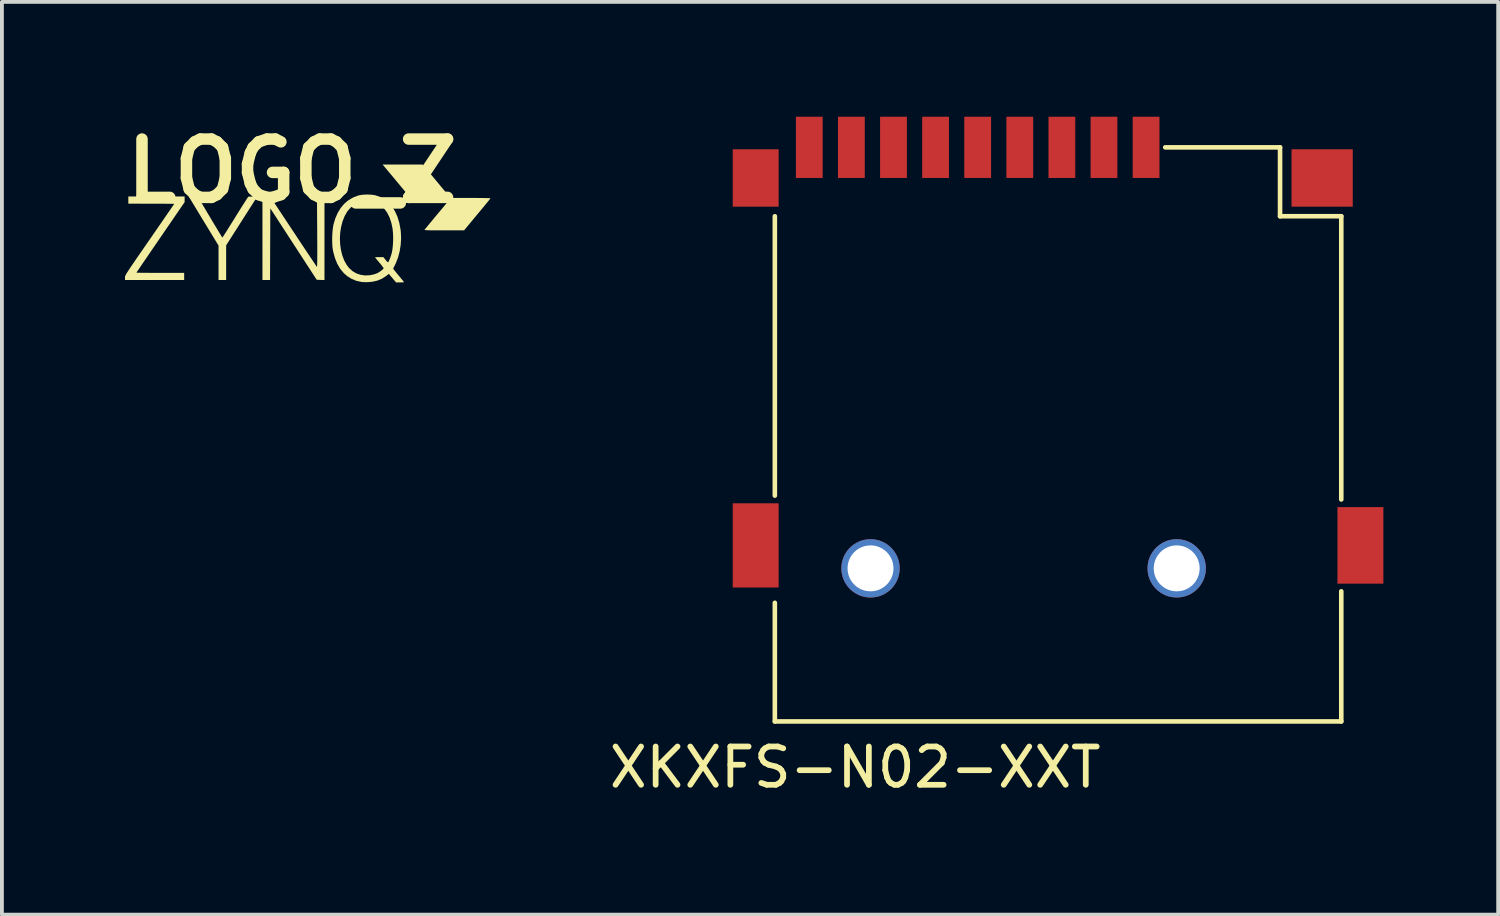
<source format=kicad_pcb>
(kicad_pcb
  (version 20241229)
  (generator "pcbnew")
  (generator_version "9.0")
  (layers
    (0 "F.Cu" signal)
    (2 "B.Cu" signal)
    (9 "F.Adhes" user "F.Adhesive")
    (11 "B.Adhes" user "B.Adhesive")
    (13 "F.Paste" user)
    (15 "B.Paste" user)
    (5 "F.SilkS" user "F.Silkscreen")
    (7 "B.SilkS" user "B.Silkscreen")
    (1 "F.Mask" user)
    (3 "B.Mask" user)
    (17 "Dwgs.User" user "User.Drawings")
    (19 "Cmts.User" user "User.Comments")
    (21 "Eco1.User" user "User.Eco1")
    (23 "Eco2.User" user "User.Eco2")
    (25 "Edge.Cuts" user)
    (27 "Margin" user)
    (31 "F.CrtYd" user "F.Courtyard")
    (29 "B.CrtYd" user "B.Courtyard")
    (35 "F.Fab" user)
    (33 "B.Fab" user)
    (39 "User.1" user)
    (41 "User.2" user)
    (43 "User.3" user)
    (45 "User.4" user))
  (footprint "XKXFS-N02-XXT"
    (layer "F.Cu")
    (at 16.895 11.4)
    (property "Reference" "XKXFS-N02-XXT" (at 2.4 5.6 0) (layer "F.SilkS") (effects (font (size 1 1) (thickness 0.15))))
    (attr through_hole)
    (fp_line (start 0.3 -8.8) (end 0.3 -1.5) (stroke (width 0.12) (type solid)) (layer "F.SilkS"))
    (fp_line (start 0.3 4.4) (end 0.3 1.3) (stroke (width 0.12) (type solid)) (layer "F.SilkS"))
    (fp_line (start 10.5 -10.6) (end 13.5 -10.6) (stroke (width 0.12) (type solid)) (layer "F.SilkS"))
    (fp_line (start 13.5 -10.6) (end 13.5 -8.8) (stroke (width 0.12) (type solid)) (layer "F.SilkS"))
    (fp_line (start 13.5 -8.8) (end 15.1 -8.8) (stroke (width 0.12) (type solid)) (layer "F.SilkS"))
    (fp_line (start 15.1 -8.8) (end 15.1 -1.4) (stroke (width 0.12) (type solid)) (layer "F.SilkS"))
    (fp_line (start 15.1 1) (end 15.1 4.4) (stroke (width 0.12) (type solid)) (layer "F.SilkS"))
    (fp_line (start 15.1 4.4) (end 0.3 4.4) (stroke (width 0.12) (type solid)) (layer "F.SilkS"))
    (pad "" np_thru_hole circle (at 2.8 0.4) (size 1.524 1.524) (drill 1.2) (layers "*.Cu" "*.Mask"))
    (pad "" np_thru_hole circle (at 10.8 0.4) (size 1.524 1.524) (drill 1.2) (layers "*.Cu" "*.Mask"))
    (pad "1" smd rect (at 10 -10.6) (size 0.7 1.6) (layers "F.Cu" "F.Mask" "F.Paste"))
    (pad "2" smd rect (at 8.9 -10.6) (size 0.7 1.6) (layers "F.Cu" "F.Mask" "F.Paste"))
    (pad "3" smd rect (at 7.8 -10.6) (size 0.7 1.6) (layers "F.Cu" "F.Mask" "F.Paste"))
    (pad "4" smd rect (at 6.7 -10.6) (size 0.7 1.6) (layers "F.Cu" "F.Mask" "F.Paste"))
    (pad "5" smd rect (at 5.6 -10.6) (size 0.7 1.6) (layers "F.Cu" "F.Mask" "F.Paste"))
    (pad "6" smd rect (at 4.5 -10.6) (size 0.7 1.6) (layers "F.Cu" "F.Mask" "F.Paste"))
    (pad "7" smd rect (at 3.4 -10.6) (size 0.7 1.6) (layers "F.Cu" "F.Mask" "F.Paste"))
    (pad "8" smd rect (at 2.3 -10.6) (size 0.7 1.6) (layers "F.Cu" "F.Mask" "F.Paste"))
    (pad "9" smd rect (at 1.2 -10.6) (size 0.7 1.6) (layers "F.Cu" "F.Mask" "F.Paste"))
    (pad "10" smd rect (at -0.2 -9.8) (size 1.2 1.5) (layers "F.Cu" "F.Mask" "F.Paste"))
    (pad "10" smd rect (at -0.2 -0.2) (size 1.2 2.2) (layers "F.Cu" "F.Mask" "F.Paste"))
    (pad "11" smd rect (at 14.6 -9.8) (size 1.6 1.5) (layers "F.Cu" "F.Mask" "F.Paste"))
    (pad "11" smd rect (at 15.6 -0.2) (size 1.2 2) (layers "F.Cu" "F.Mask" "F.Paste")))
  (footprint "LOGO_Z"
    (layer "F.Cu")
    (at 4.979 3.618)
    (property "Reference" "LOGO_Z" (at -0.4 -2.2 0) (layer "F.SilkS") (effects (font (size 1.524 1.524) (thickness 0.3))))
    (attr board_only exclude_from_pos_files exclude_from_bom)
    (fp_poly (pts (xy 3.355 -1.961) (xy 3.428 -1.873) (xy 3.496 -1.791) (xy 3.558 -1.717) (xy 3.612 -1.652) (xy 3.656 -1.599) (xy 3.689 -1.559) (xy 3.709 -1.536) (xy 3.713 -1.531) (xy 3.717 -1.525) (xy 3.716 -1.521) (xy 3.709 -1.517) (xy 3.693 -1.515) (xy 3.666 -1.512) (xy 3.626 -1.511) (xy 3.571 -1.51) (xy 3.499 -1.509) (xy 3.408 -1.509) (xy 3.296 -1.509) (xy 3.209 -1.509) (xy 2.685 -1.509) (xy 2.387 -1.867) (xy 2.316 -1.951) (xy 2.249 -2.033) (xy 2.186 -2.108) (xy 2.13 -2.175) (xy 2.083 -2.231) (xy 2.049 -2.273) (xy 2.028 -2.297) (xy 1.968 -2.369) (xy 3.015 -2.369)) (stroke (width 0) (type solid)) (fill yes) (layer "F.SilkS"))
    (fp_poly (pts (xy -0.366 -0.62) (xy -0.276 -0.484) (xy -0.19 -0.354) (xy -0.108 -0.231) (xy -0.032 -0.117) (xy 0.037 -0.013) (xy 0.099 0.079) (xy 0.151 0.157) (xy 0.194 0.22) (xy 0.225 0.267) (xy 0.245 0.296) (xy 0.252 0.305) (xy 0.255 0.297) (xy 0.257 0.268) (xy 0.258 0.215) (xy 0.26 0.14) (xy 0.26 0.043) (xy 0.261 -0.079) (xy 0.261 -0.224) (xy 0.26 -0.393) (xy 0.259 -0.587) (xy 0.259 -0.608) (xy 0.253 -1.534) (xy 0.449 -1.534) (xy 0.449 0.649) (xy 0.347 0.646) (xy 0.246 0.642) (xy -0.36 -0.291) (xy -0.966 -1.224) (xy -0.97 -0.288) (xy -0.973 0.648) (xy -1.172 0.648) (xy -1.172 -1.534) (xy -0.972 -1.534)) (stroke (width 0) (type solid)) (fill yes) (layer "F.SilkS"))
    (fp_poly (pts (xy 4.387 -1.496) (xy 4.493 -1.495) (xy 4.585 -1.494) (xy 4.663 -1.493) (xy 4.724 -1.491) (xy 4.765 -1.489) (xy 4.785 -1.486) (xy 4.786 -1.485) (xy 4.778 -1.474) (xy 4.755 -1.445) (xy 4.719 -1.401) (xy 4.672 -1.344) (xy 4.617 -1.276) (xy 4.553 -1.199) (xy 4.483 -1.115) (xy 4.439 -1.062) (xy 4.096 -0.649) (xy 3.575 -0.649) (xy 3.443 -0.649) (xy 3.334 -0.649) (xy 3.246 -0.65) (xy 3.178 -0.651) (xy 3.128 -0.653) (xy 3.093 -0.655) (xy 3.072 -0.658) (xy 3.063 -0.661) (xy 3.063 -0.664) (xy 3.073 -0.677) (xy 3.097 -0.706) (xy 3.134 -0.751) (xy 3.181 -0.809) (xy 3.238 -0.877) (xy 3.302 -0.955) (xy 3.372 -1.039) (xy 3.413 -1.088) (xy 3.754 -1.496) (xy 4.272 -1.496)) (stroke (width 0) (type solid)) (fill yes) (layer "F.SilkS"))
    (fp_poly (pts (xy -2.862 -1.533) (xy -2.544 -0.997) (xy -2.482 -0.892) (xy -2.423 -0.794) (xy -2.369 -0.705) (xy -2.322 -0.626) (xy -2.282 -0.561) (xy -2.251 -0.51) (xy -2.229 -0.476) (xy -2.219 -0.462) (xy -2.219 -0.461) (xy -2.211 -0.472) (xy -2.191 -0.501) (xy -2.161 -0.548) (xy -2.121 -0.61) (xy -2.074 -0.685) (xy -2.02 -0.771) (xy -1.96 -0.867) (xy -1.896 -0.969) (xy -1.882 -0.993) (xy -1.817 -1.097) (xy -1.756 -1.195) (xy -1.7 -1.284) (xy -1.65 -1.362) (xy -1.608 -1.428) (xy -1.575 -1.479) (xy -1.552 -1.513) (xy -1.54 -1.529) (xy -1.539 -1.529) (xy -1.521 -1.531) (xy -1.485 -1.532) (xy -1.437 -1.532) (xy -1.418 -1.531) (xy -1.31 -1.527) (xy -1.715 -0.893) (xy -2.12 -0.258) (xy -2.12 0.648) (xy -2.319 0.648) (xy -2.319 -0.251) (xy -2.706 -0.887) (xy -2.775 -1.001) (xy -2.841 -1.109) (xy -2.901 -1.208) (xy -2.955 -1.298) (xy -3.002 -1.375) (xy -3.04 -1.439) (xy -3.069 -1.487) (xy -3.086 -1.517) (xy -3.092 -1.528) (xy -3.081 -1.53) (xy -3.05 -1.532) (xy -3.005 -1.533) (xy -2.977 -1.533)) (stroke (width 0) (type solid)) (fill yes) (layer "F.SilkS"))
    (fp_poly (pts (xy -3.205 -1.387) (xy -3.834 -0.469) (xy -3.927 -0.333) (xy -4.016 -0.203) (xy -4.1 -0.081) (xy -4.177 0.033) (xy -4.248 0.136) (xy -4.31 0.227) (xy -4.363 0.305) (xy -4.406 0.369) (xy -4.438 0.416) (xy -4.457 0.445) (xy -4.464 0.456) (xy -4.452 0.457) (xy -4.417 0.458) (xy -4.362 0.459) (xy -4.29 0.46) (xy -4.201 0.46) (xy -4.1 0.461) (xy -3.988 0.461) (xy -3.867 0.461) (xy -3.841 0.461) (xy -3.217 0.461) (xy -3.217 0.648) (xy -4.763 0.648) (xy -4.763 0.585) (xy -4.763 0.574) (xy -4.762 0.563) (xy -4.759 0.551) (xy -4.754 0.536) (xy -4.745 0.517) (xy -4.732 0.493) (xy -4.714 0.462) (xy -4.689 0.424) (xy -4.658 0.376) (xy -4.619 0.317) (xy -4.571 0.247) (xy -4.514 0.163) (xy -4.447 0.065) (xy -4.368 -0.049) (xy -4.277 -0.18) (xy -4.174 -0.33) (xy -4.121 -0.406) (xy -4.027 -0.542) (xy -3.937 -0.673) (xy -3.852 -0.796) (xy -3.773 -0.91) (xy -3.702 -1.014) (xy -3.638 -1.106) (xy -3.584 -1.185) (xy -3.54 -1.249) (xy -3.507 -1.298) (xy -3.487 -1.328) (xy -3.479 -1.34) (xy -3.479 -1.34) (xy -3.491 -1.342) (xy -3.526 -1.343) (xy -3.58 -1.344) (xy -3.653 -1.345) (xy -3.74 -1.346) (xy -3.841 -1.346) (xy -3.952 -1.347) (xy -4.071 -1.347) (xy -4.077 -1.347) (xy -4.676 -1.347) (xy -4.676 -1.534) (xy -3.205 -1.534)) (stroke (width 0) (type solid)) (fill yes) (layer "F.SilkS"))
    (fp_poly (pts (xy 1.682 -1.58) (xy 1.759 -1.57) (xy 1.775 -1.566) (xy 1.903 -1.524) (xy 2.019 -1.46) (xy 2.122 -1.375) (xy 2.213 -1.272) (xy 2.291 -1.149) (xy 2.354 -1.009) (xy 2.402 -0.853) (xy 2.435 -0.681) (xy 2.444 -0.608) (xy 2.451 -0.439) (xy 2.44 -0.268) (xy 2.413 -0.098) (xy 2.37 0.063) (xy 2.312 0.211) (xy 2.282 0.273) (xy 2.262 0.31) (xy 2.249 0.338) (xy 2.244 0.35) (xy 2.252 0.363) (xy 2.273 0.391) (xy 2.305 0.431) (xy 2.344 0.48) (xy 2.372 0.513) (xy 2.417 0.567) (xy 2.457 0.616) (xy 2.49 0.655) (xy 2.511 0.681) (xy 2.517 0.689) (xy 2.524 0.699) (xy 2.52 0.706) (xy 2.503 0.709) (xy 2.468 0.711) (xy 2.427 0.711) (xy 2.32 0.711) (xy 2.225 0.6) (xy 2.131 0.488) (xy 2.054 0.547) (xy 1.948 0.615) (xy 1.833 0.663) (xy 1.707 0.692) (xy 1.598 0.703) (xy 1.536 0.705) (xy 1.473 0.703) (xy 1.421 0.699) (xy 1.415 0.699) (xy 1.277 0.668) (xy 1.151 0.615) (xy 1.036 0.541) (xy 0.954 0.468) (xy 0.862 0.358) (xy 0.785 0.228) (xy 0.724 0.079) (xy 0.678 -0.088) (xy 0.666 -0.15) (xy 0.656 -0.234) (xy 0.651 -0.334) (xy 0.65 -0.435) (xy 0.852 -0.435) (xy 0.859 -0.283) (xy 0.88 -0.135) (xy 0.915 0.006) (xy 0.964 0.136) (xy 1.028 0.251) (xy 1.091 0.334) (xy 1.18 0.415) (xy 1.28 0.474) (xy 1.391 0.512) (xy 1.51 0.529) (xy 1.634 0.523) (xy 1.733 0.503) (xy 1.779 0.489) (xy 1.821 0.473) (xy 1.839 0.465) (xy 1.876 0.443) (xy 1.916 0.416) (xy 1.952 0.387) (xy 1.981 0.362) (xy 1.994 0.344) (xy 1.995 0.341) (xy 1.987 0.327) (xy 1.966 0.297) (xy 1.935 0.256) (xy 1.896 0.209) (xy 1.883 0.193) (xy 1.842 0.145) (xy 1.808 0.104) (xy 1.784 0.073) (xy 1.771 0.057) (xy 1.771 0.055) (xy 1.782 0.053) (xy 1.813 0.051) (xy 1.857 0.05) (xy 1.88 0.05) (xy 1.989 0.051) (xy 2.043 0.119) (xy 2.072 0.153) (xy 2.094 0.177) (xy 2.107 0.187) (xy 2.107 0.187) (xy 2.118 0.176) (xy 2.135 0.146) (xy 2.154 0.101) (xy 2.174 0.048) (xy 2.193 -0.009) (xy 2.208 -0.063) (xy 2.224 -0.146) (xy 2.235 -0.246) (xy 2.242 -0.356) (xy 2.243 -0.469) (xy 2.239 -0.579) (xy 2.23 -0.677) (xy 2.227 -0.699) (xy 2.193 -0.857) (xy 2.145 -0.996) (xy 2.084 -1.116) (xy 2.009 -1.217) (xy 1.922 -1.297) (xy 1.822 -1.357) (xy 1.711 -1.395) (xy 1.699 -1.397) (xy 1.624 -1.406) (xy 1.539 -1.407) (xy 1.452 -1.4) (xy 1.373 -1.385) (xy 1.33 -1.372) (xy 1.23 -1.321) (xy 1.138 -1.249) (xy 1.058 -1.159) (xy 1.039 -1.133) (xy 0.972 -1.013) (xy 0.92 -0.88) (xy 0.883 -0.737) (xy 0.86 -0.588) (xy 0.852 -0.435) (xy 0.65 -0.435) (xy 0.65 -0.444) (xy 0.654 -0.555) (xy 0.663 -0.662) (xy 0.675 -0.755) (xy 0.684 -0.8) (xy 0.731 -0.959) (xy 0.793 -1.103) (xy 0.87 -1.23) (xy 0.96 -1.339) (xy 1.063 -1.428) (xy 1.172 -1.494) (xy 1.23 -1.52) (xy 1.289 -1.544) (xy 1.34 -1.562) (xy 1.353 -1.565) (xy 1.421 -1.577) (xy 1.505 -1.584) (xy 1.595 -1.585)) (stroke (width 0) (type solid)) (fill yes) (layer "F.SilkS")))
  (gr_rect
    (start -3 -3)
    (end 36.095 20.848)
    (stroke (width 0.1) (type default))
    (fill no)
    (layer "Edge.Cuts")))
</source>
